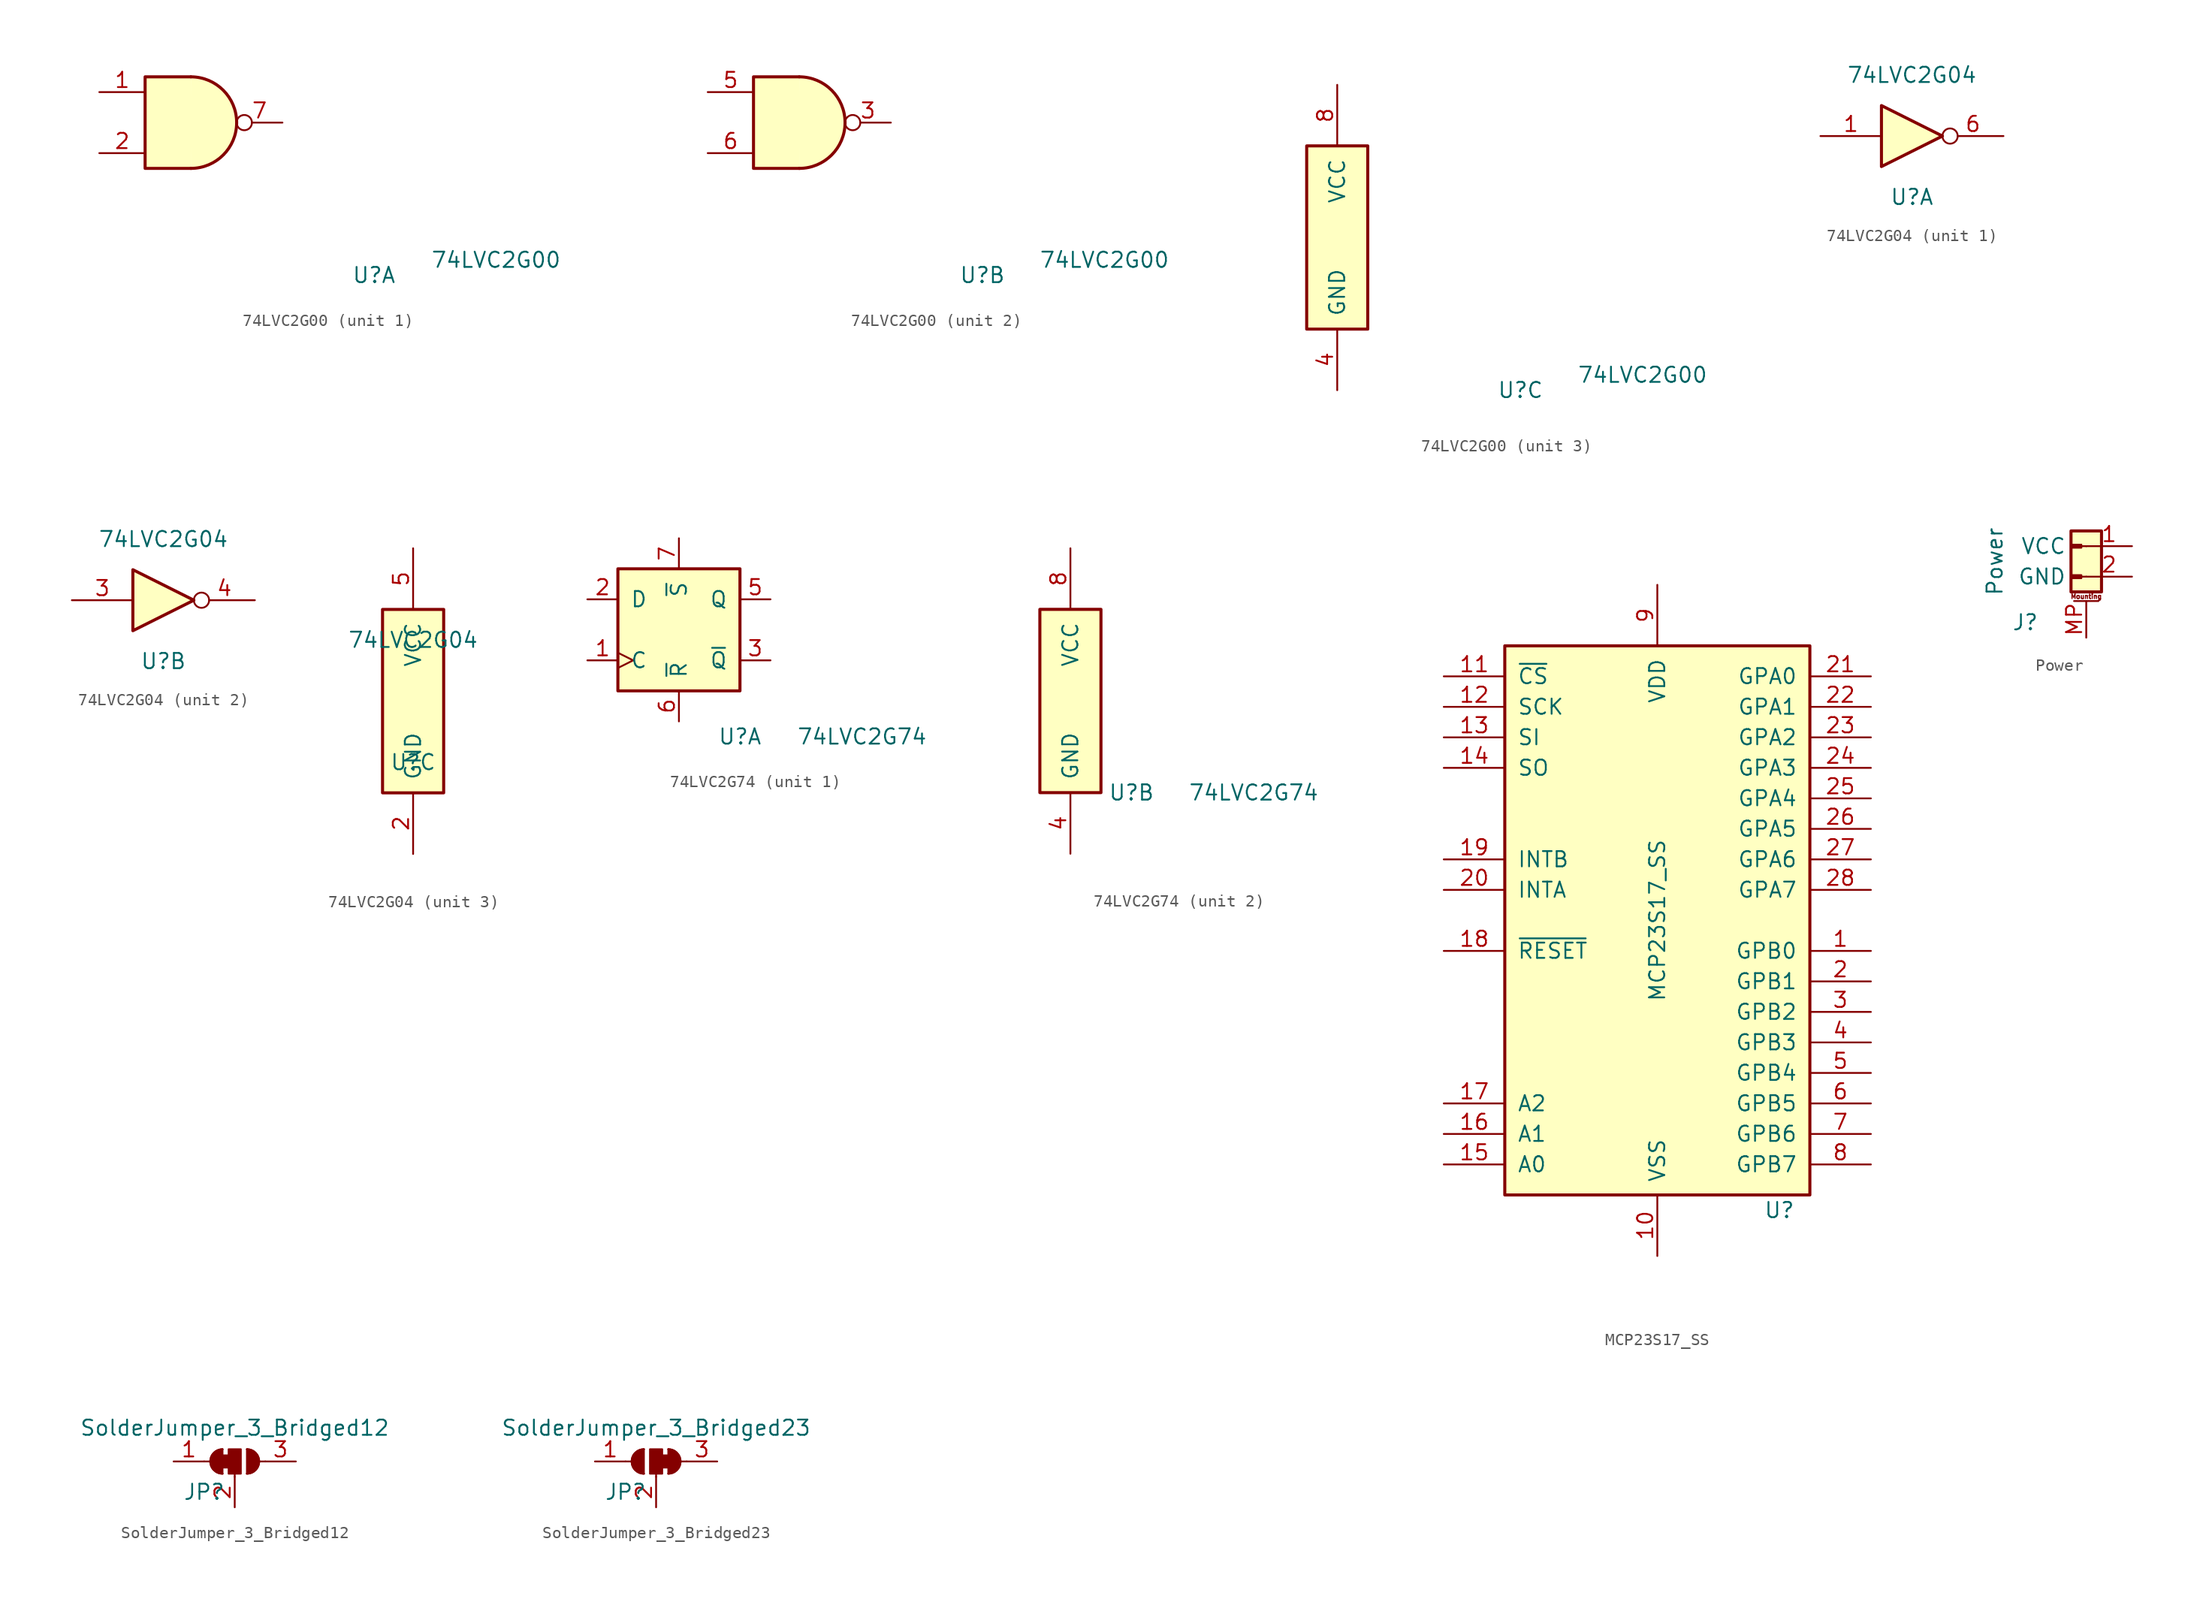
<source format=kicad_sym>
(kicad_symbol_lib
  (version 20211014)
  (generator kicad_symbol_editor)
  (symbol "74LVC2G00"
    (pin_names
      (offset 1.016))
    (property "Reference" "U"
      (at 15.24 -12.7 0)
      (effects (font (size 1.27 1.27))))
    (property "Value" "74LVC2G00"
      (at 25.4 -11.43 0)
      (effects (font (size 1.27 1.27))))
    (property "ki_locked" ""
      (at 0 0 0)
      (effects (font (size 1.27 1.27))))
    (symbol "74LVC2G00_1_1"
      (arc (start 0 -3.81) (mid 3.81 0) (end 0 3.81) (stroke (width 0.254) (type default) (color 0 0 0 0)) (fill (type background)))
      (polyline (pts (xy 0 3.81) (xy -3.81 3.81) (xy -3.81 -3.81) (xy 0 -3.81)) (stroke (width 0.254) (type default) (color 0 0 0 0)) (fill (type background)))
      (pin input line (at -7.62 2.54 0) (length 3.81) (name "~" (effects (font (size 1.27 1.27)))) (number "1" (effects (font (size 1.27 1.27)))))
      (pin input line (at -7.62 -2.54 0) (length 3.81) (name "~" (effects (font (size 1.27 1.27)))) (number "2" (effects (font (size 1.27 1.27)))))
      (pin output inverted (at 7.62 0 180) (length 3.81) (name "~" (effects (font (size 1.27 1.27)))) (number "7" (effects (font (size 1.27 1.27))))))
    (symbol "74LVC2G00_2_1"
      (arc (start 0 -3.81) (mid 3.81 0) (end 0 3.81) (stroke (width 0.254) (type default) (color 0 0 0 0)) (fill (type background)))
      (polyline (pts (xy 0 3.81) (xy -3.81 3.81) (xy -3.81 -3.81) (xy 0 -3.81)) (stroke (width 0.254) (type default) (color 0 0 0 0)) (fill (type background)))
      (pin output inverted (at 7.62 0 180) (length 3.81) (name "~" (effects (font (size 1.27 1.27)))) (number "3" (effects (font (size 1.27 1.27)))))
      (pin input line (at -7.62 2.54 0) (length 3.81) (name "~" (effects (font (size 1.27 1.27)))) (number "5" (effects (font (size 1.27 1.27)))))
      (pin input line (at -7.62 -2.54 0) (length 3.81) (name "~" (effects (font (size 1.27 1.27)))) (number "6" (effects (font (size 1.27 1.27))))))
    (symbol "74LVC2G00_3_1"
      (rectangle (start -2.54 7.62) (end 2.54 -7.62) (stroke (width 0.254) (type default) (color 0 0 0 0)) (fill (type background)))
      (pin power_in line (at 0 -12.7 90) (length 5.08) (name "GND" (effects (font (size 1.27 1.27)))) (number "4" (effects (font (size 1.27 1.27)))))
      (pin power_in line (at 0 12.7 270) (length 5.08) (name "VCC" (effects (font (size 1.27 1.27)))) (number "8" (effects (font (size 1.27 1.27)))))))
  (symbol "74LVC2G04"
    (pin_names
      (offset 1.016))
    (property "Reference" "U"
      (at 0 -5.08 0)
      (effects (font (size 1.27 1.27))))
    (property "Value" "74LVC2G04"
      (at 0 5.08 0)
      (effects (font (size 1.27 1.27))))
    (property "ki_locked" ""
      (at 0 0 0)
      (effects (font (size 1.27 1.27))))
    (symbol "74LVC2G04_1_0"
      (polyline (pts (xy -2.54 2.54) (xy -2.54 -2.54) (xy 2.54 0) (xy -2.54 2.54)) (stroke (width 0.254) (type default) (color 0 0 0 0)) (fill (type background)))
      (pin input line (at -7.62 0 0) (length 5.08) (name "~" (effects (font (size 1.27 1.27)))) (number "1" (effects (font (size 1.27 1.27)))))
      (pin output inverted (at 7.62 0 180) (length 5.08) (name "~" (effects (font (size 1.27 1.27)))) (number "6" (effects (font (size 1.27 1.27))))))
    (symbol "74LVC2G04_2_0"
      (polyline (pts (xy -2.54 2.54) (xy -2.54 -2.54) (xy 2.54 0) (xy -2.54 2.54)) (stroke (width 0.254) (type default) (color 0 0 0 0)) (fill (type background)))
      (pin input line (at -7.62 0 0) (length 5.08) (name "~" (effects (font (size 1.27 1.27)))) (number "3" (effects (font (size 1.27 1.27)))))
      (pin output inverted (at 7.62 0 180) (length 5.08) (name "~" (effects (font (size 1.27 1.27)))) (number "4" (effects (font (size 1.27 1.27))))))
    (symbol "74LVC2G04_3_0"
      (rectangle (start -2.54 7.62) (end 2.54 -7.62) (stroke (width 0.254) (type default) (color 0 0 0 0)) (fill (type background)))
      (pin power_in line (at 0 -12.7 90) (length 5.08) (name "GND" (effects (font (size 1.27 1.27)))) (number "2" (effects (font (size 1.27 1.27)))))
      (pin power_in line (at 0 12.7 270) (length 5.08) (name "VCC" (effects (font (size 1.27 1.27)))) (number "5" (effects (font (size 1.27 1.27)))))))
  (symbol "74LVC2G74"
    (pin_names
      (offset 1.016))
    (property "Reference" "U"
      (at 5.08 -8.89 0)
      (effects (font (size 1.27 1.27))))
    (property "Value" "74LVC2G74"
      (at 15.24 -8.89 0)
      (effects (font (size 1.27 1.27))))
    (property "ki_locked" ""
      (at 0 0 0)
      (effects (font (size 1.27 1.27))))
    (symbol "74LVC2G74_1_0"
      (pin input clock (at -7.62 -2.54 0) (length 2.54) (name "C" (effects (font (size 1.27 1.27)))) (number "1" (effects (font (size 1.27 1.27)))))
      (pin input line (at -7.62 2.54 0) (length 2.54) (name "D" (effects (font (size 1.27 1.27)))) (number "2" (effects (font (size 1.27 1.27)))))
      (pin output line (at 7.62 2.54 180) (length 2.54) (name "Q" (effects (font (size 1.27 1.27)))) (number "5" (effects (font (size 1.27 1.27)))))
      (pin input line (at 0 -7.62 90) (length 2.54) (name "~{R}" (effects (font (size 1.27 1.27)))) (number "6" (effects (font (size 1.27 1.27))))))
    (symbol "74LVC2G74_1_1"
      (rectangle (start -5.08 5.08) (end 5.08 -5.08) (stroke (width 0.254) (type default) (color 0 0 0 0)) (fill (type background)))
      (pin output line (at 7.62 -2.54 180) (length 2.54) (name "~{Q}" (effects (font (size 1.27 1.27)))) (number "3" (effects (font (size 1.27 1.27)))))
      (pin input line (at 0 7.62 270) (length 2.54) (name "~{S}" (effects (font (size 1.27 1.27)))) (number "7" (effects (font (size 1.27 1.27))))))
    (symbol "74LVC2G74_2_0"
      (rectangle (start -2.54 6.35) (end 2.54 -8.89) (stroke (width 0.254) (type default) (color 0 0 0 0)) (fill (type background)))
      (pin power_in line (at 0 -13.97 90) (length 5.08) (name "GND" (effects (font (size 1.27 1.27)))) (number "4" (effects (font (size 1.27 1.27)))))
      (pin power_in line (at 0 11.43 270) (length 5.08) (name "VCC" (effects (font (size 1.27 1.27)))) (number "8" (effects (font (size 1.27 1.27)))))))
  (symbol "MCP23S17_SS"
    (pin_names
      (offset 1.016))
    (property "Reference" "U"
      (at 10.16 -24.13 0)
      (effects (font (size 1.27 1.27))))
    (property "Value" "MCP23S17_SS"
      (at 0 0 90)
      (effects (font (size 1.27 1.27))))
    (symbol "MCP23S17_SS_0_1"
      (rectangle (start -12.7 22.86) (end 12.7 -22.86) (stroke (width 0.254) (type default) (color 0 0 0 0)) (fill (type background))))
    (symbol "MCP23S17_SS_1_1"
      (pin bidirectional line (at 17.78 -2.54 180) (length 5.08) (name "GPB0" (effects (font (size 1.27 1.27)))) (number "1" (effects (font (size 1.27 1.27)))))
      (pin power_in line (at 0 -27.94 90) (length 5.08) (name "VSS" (effects (font (size 1.27 1.27)))) (number "10" (effects (font (size 1.27 1.27)))))
      (pin input line (at -17.78 20.32 0) (length 5.08) (name "~{CS}" (effects (font (size 1.27 1.27)))) (number "11" (effects (font (size 1.27 1.27)))))
      (pin input line (at -17.78 17.78 0) (length 5.08) (name "SCK" (effects (font (size 1.27 1.27)))) (number "12" (effects (font (size 1.27 1.27)))))
      (pin input line (at -17.78 15.24 0) (length 5.08) (name "SI" (effects (font (size 1.27 1.27)))) (number "13" (effects (font (size 1.27 1.27)))))
      (pin tri_state line (at -17.78 12.7 0) (length 5.08) (name "SO" (effects (font (size 1.27 1.27)))) (number "14" (effects (font (size 1.27 1.27)))))
      (pin input line (at -17.78 -20.32 0) (length 5.08) (name "A0" (effects (font (size 1.27 1.27)))) (number "15" (effects (font (size 1.27 1.27)))))
      (pin input line (at -17.78 -17.78 0) (length 5.08) (name "A1" (effects (font (size 1.27 1.27)))) (number "16" (effects (font (size 1.27 1.27)))))
      (pin input line (at -17.78 -15.24 0) (length 5.08) (name "A2" (effects (font (size 1.27 1.27)))) (number "17" (effects (font (size 1.27 1.27)))))
      (pin input line (at -17.78 -2.54 0) (length 5.08) (name "~{RESET}" (effects (font (size 1.27 1.27)))) (number "18" (effects (font (size 1.27 1.27)))))
      (pin tri_state line (at -17.78 5.08 0) (length 5.08) (name "INTB" (effects (font (size 1.27 1.27)))) (number "19" (effects (font (size 1.27 1.27)))))
      (pin bidirectional line (at 17.78 -5.08 180) (length 5.08) (name "GPB1" (effects (font (size 1.27 1.27)))) (number "2" (effects (font (size 1.27 1.27)))))
      (pin tri_state line (at -17.78 2.54 0) (length 5.08) (name "INTA" (effects (font (size 1.27 1.27)))) (number "20" (effects (font (size 1.27 1.27)))))
      (pin bidirectional line (at 17.78 20.32 180) (length 5.08) (name "GPA0" (effects (font (size 1.27 1.27)))) (number "21" (effects (font (size 1.27 1.27)))))
      (pin bidirectional line (at 17.78 17.78 180) (length 5.08) (name "GPA1" (effects (font (size 1.27 1.27)))) (number "22" (effects (font (size 1.27 1.27)))))
      (pin bidirectional line (at 17.78 15.24 180) (length 5.08) (name "GPA2" (effects (font (size 1.27 1.27)))) (number "23" (effects (font (size 1.27 1.27)))))
      (pin bidirectional line (at 17.78 12.7 180) (length 5.08) (name "GPA3" (effects (font (size 1.27 1.27)))) (number "24" (effects (font (size 1.27 1.27)))))
      (pin bidirectional line (at 17.78 10.16 180) (length 5.08) (name "GPA4" (effects (font (size 1.27 1.27)))) (number "25" (effects (font (size 1.27 1.27)))))
      (pin bidirectional line (at 17.78 7.62 180) (length 5.08) (name "GPA5" (effects (font (size 1.27 1.27)))) (number "26" (effects (font (size 1.27 1.27)))))
      (pin bidirectional line (at 17.78 5.08 180) (length 5.08) (name "GPA6" (effects (font (size 1.27 1.27)))) (number "27" (effects (font (size 1.27 1.27)))))
      (pin bidirectional line (at 17.78 2.54 180) (length 5.08) (name "GPA7" (effects (font (size 1.27 1.27)))) (number "28" (effects (font (size 1.27 1.27)))))
      (pin bidirectional line (at 17.78 -7.62 180) (length 5.08) (name "GPB2" (effects (font (size 1.27 1.27)))) (number "3" (effects (font (size 1.27 1.27)))))
      (pin bidirectional line (at 17.78 -10.16 180) (length 5.08) (name "GPB3" (effects (font (size 1.27 1.27)))) (number "4" (effects (font (size 1.27 1.27)))))
      (pin bidirectional line (at 17.78 -12.7 180) (length 5.08) (name "GPB4" (effects (font (size 1.27 1.27)))) (number "5" (effects (font (size 1.27 1.27)))))
      (pin bidirectional line (at 17.78 -15.24 180) (length 5.08) (name "GPB5" (effects (font (size 1.27 1.27)))) (number "6" (effects (font (size 1.27 1.27)))))
      (pin bidirectional line (at 17.78 -17.78 180) (length 5.08) (name "GPB6" (effects (font (size 1.27 1.27)))) (number "7" (effects (font (size 1.27 1.27)))))
      (pin bidirectional line (at 17.78 -20.32 180) (length 5.08) (name "GPB7" (effects (font (size 1.27 1.27)))) (number "8" (effects (font (size 1.27 1.27)))))
      (pin power_in line (at 0 27.94 270) (length 5.08) (name "VDD" (effects (font (size 1.27 1.27)))) (number "9" (effects (font (size 1.27 1.27)))))))
  (symbol "Power"
    (pin_names
      (offset 1.651))
    (property "Reference" "J"
      (at -5.08 -5.08 0)
      (effects (font (size 1.27 1.27))))
    (property "Value" "Power"
      (at -7.62 0 90)
      (effects (font (size 1.27 1.27))))
    (symbol "Power_1_1"
      (rectangle (start -1.27 2.54) (end 1.27 -2.54) (stroke (width 0.254) (type default) (color 0 0 0 0)) (fill (type background)))
      (rectangle (start -0.406 -1.143) (end -1.27 -1.397) (stroke (width 0.152) (type default) (color 0 0 0 0)) (fill (type outline)))
      (rectangle (start -0.406 1.397) (end -1.27 1.143) (stroke (width 0.152) (type default) (color 0 0 0 0)) (fill (type outline)))
      (polyline (pts (xy -1.016 -3.302) (xy 1.016 -3.302)) (stroke (width 0.152) (type default) (color 0 0 0 0)) (fill (type none)))
      (polyline (pts (xy 0 -1.27) (xy -0.406 -1.27)) (stroke (width 0.152) (type default) (color 0 0 0 0)) (fill (type none)))
      (polyline (pts (xy 0 1.27) (xy -0.406 1.27)) (stroke (width 0.152) (type default) (color 0 0 0 0)) (fill (type none)))
      (text "Mounting" (at 0 -2.921 0) (effects (font (size 0.381 0.381))))
      (pin passive line (at 3.81 1.27 180) (length 3.81) (name "VCC" (effects (font (size 1.27 1.27)))) (number "1" (effects (font (size 1.27 1.27)))))
      (pin passive line (at 3.81 -1.27 180) (length 3.81) (name "GND" (effects (font (size 1.27 1.27)))) (number "2" (effects (font (size 1.27 1.27)))))
      (pin passive line (at 0 -6.35 90) (length 3.048) (name "~" (effects (font (size 1.27 1.27)))) (number "MP" (effects (font (size 1.27 1.27)))))))
  (symbol "SolderJumper_3_Bridged12"
    (pin_names
      (offset 0) hide)
    (property "Reference" "JP"
      (at -2.54 -2.54 0)
      (effects (font (size 1.27 1.27))))
    (property "Value" "SolderJumper_3_Bridged12"
      (at 0 2.794 0)
      (effects (font (size 1.27 1.27))))
    (symbol "SolderJumper_3_Bridged12_0_1"
      (rectangle (start -1.016 0.508) (end -0.508 -0.508) (stroke (width 0) (type default) (color 0 0 0 0)) (fill (type outline)))
      (arc (start -1.016 1.016) (mid -2.032 0) (end -1.016 -1.016) (stroke (width 0) (type default) (color 0 0 0 0)) (fill (type none)))
      (arc (start -1.016 1.016) (mid -2.032 0) (end -1.016 -1.016) (stroke (width 0) (type default) (color 0 0 0 0)) (fill (type outline)))
      (rectangle (start -0.508 1.016) (end 0.508 -1.016) (stroke (width 0) (type default) (color 0 0 0 0)) (fill (type outline)))
      (polyline (pts (xy -2.54 0) (xy -2.032 0)) (stroke (width 0) (type default) (color 0 0 0 0)) (fill (type none)))
      (polyline (pts (xy -1.016 1.016) (xy -1.016 -1.016)) (stroke (width 0) (type default) (color 0 0 0 0)) (fill (type none)))
      (polyline (pts (xy 0 -1.27) (xy 0 -1.016)) (stroke (width 0) (type default) (color 0 0 0 0)) (fill (type none)))
      (polyline (pts (xy 1.016 1.016) (xy 1.016 -1.016)) (stroke (width 0) (type default) (color 0 0 0 0)) (fill (type none)))
      (polyline (pts (xy 2.54 0) (xy 2.032 0)) (stroke (width 0) (type default) (color 0 0 0 0)) (fill (type none)))
      (arc (start 1.016 -1.016) (mid 2.032 0) (end 1.016 1.016) (stroke (width 0) (type default) (color 0 0 0 0)) (fill (type none)))
      (arc (start 1.016 -1.016) (mid 2.032 0) (end 1.016 1.016) (stroke (width 0) (type default) (color 0 0 0 0)) (fill (type outline))))
    (symbol "SolderJumper_3_Bridged12_1_1"
      (pin passive line (at -5.08 0 0) (length 2.54) (name "A" (effects (font (size 1.27 1.27)))) (number "1" (effects (font (size 1.27 1.27)))))
      (pin passive line (at 0 -3.81 90) (length 2.54) (name "C" (effects (font (size 1.27 1.27)))) (number "2" (effects (font (size 1.27 1.27)))))
      (pin passive line (at 5.08 0 180) (length 2.54) (name "B" (effects (font (size 1.27 1.27)))) (number "3" (effects (font (size 1.27 1.27)))))))
  (symbol "SolderJumper_3_Bridged23"
    (pin_names
      (offset 0) hide)
    (property "Reference" "JP"
      (at -2.54 -2.54 0)
      (effects (font (size 1.27 1.27))))
    (property "Value" "SolderJumper_3_Bridged23"
      (at 0 2.794 0)
      (effects (font (size 1.27 1.27))))
    (symbol "SolderJumper_3_Bridged23_0_1"
      (arc (start -1.016 1.016) (mid -2.032 0) (end -1.016 -1.016) (stroke (width 0) (type default) (color 0 0 0 0)) (fill (type none)))
      (arc (start -1.016 1.016) (mid -2.032 0) (end -1.016 -1.016) (stroke (width 0) (type default) (color 0 0 0 0)) (fill (type outline)))
      (rectangle (start -0.508 1.016) (end 0.508 -1.016) (stroke (width 0) (type default) (color 0 0 0 0)) (fill (type outline)))
      (polyline (pts (xy -2.54 0) (xy -2.032 0)) (stroke (width 0) (type default) (color 0 0 0 0)) (fill (type none)))
      (polyline (pts (xy -1.016 1.016) (xy -1.016 -1.016)) (stroke (width 0) (type default) (color 0 0 0 0)) (fill (type none)))
      (polyline (pts (xy 0 -1.27) (xy 0 -1.016)) (stroke (width 0) (type default) (color 0 0 0 0)) (fill (type none)))
      (polyline (pts (xy 1.016 1.016) (xy 1.016 -1.016)) (stroke (width 0) (type default) (color 0 0 0 0)) (fill (type none)))
      (polyline (pts (xy 2.54 0) (xy 2.032 0)) (stroke (width 0) (type default) (color 0 0 0 0)) (fill (type none)))
      (arc (start 1.016 -1.016) (mid 2.032 0) (end 1.016 1.016) (stroke (width 0) (type default) (color 0 0 0 0)) (fill (type none)))
      (arc (start 1.016 -1.016) (mid 2.032 0) (end 1.016 1.016) (stroke (width 0) (type default) (color 0 0 0 0)) (fill (type outline)))
      (rectangle (start 1.016 0.508) (end 0.508 -0.508) (stroke (width 0) (type default) (color 0 0 0 0)) (fill (type outline))))
    (symbol "SolderJumper_3_Bridged23_1_1"
      (pin passive line (at -5.08 0 0) (length 2.54) (name "A" (effects (font (size 1.27 1.27)))) (number "1" (effects (font (size 1.27 1.27)))))
      (pin passive line (at 0 -3.81 90) (length 2.54) (name "C" (effects (font (size 1.27 1.27)))) (number "2" (effects (font (size 1.27 1.27)))))
      (pin passive line (at 5.08 0 180) (length 2.54) (name "B" (effects (font (size 1.27 1.27)))) (number "3" (effects (font (size 1.27 1.27))))))))
</source>
